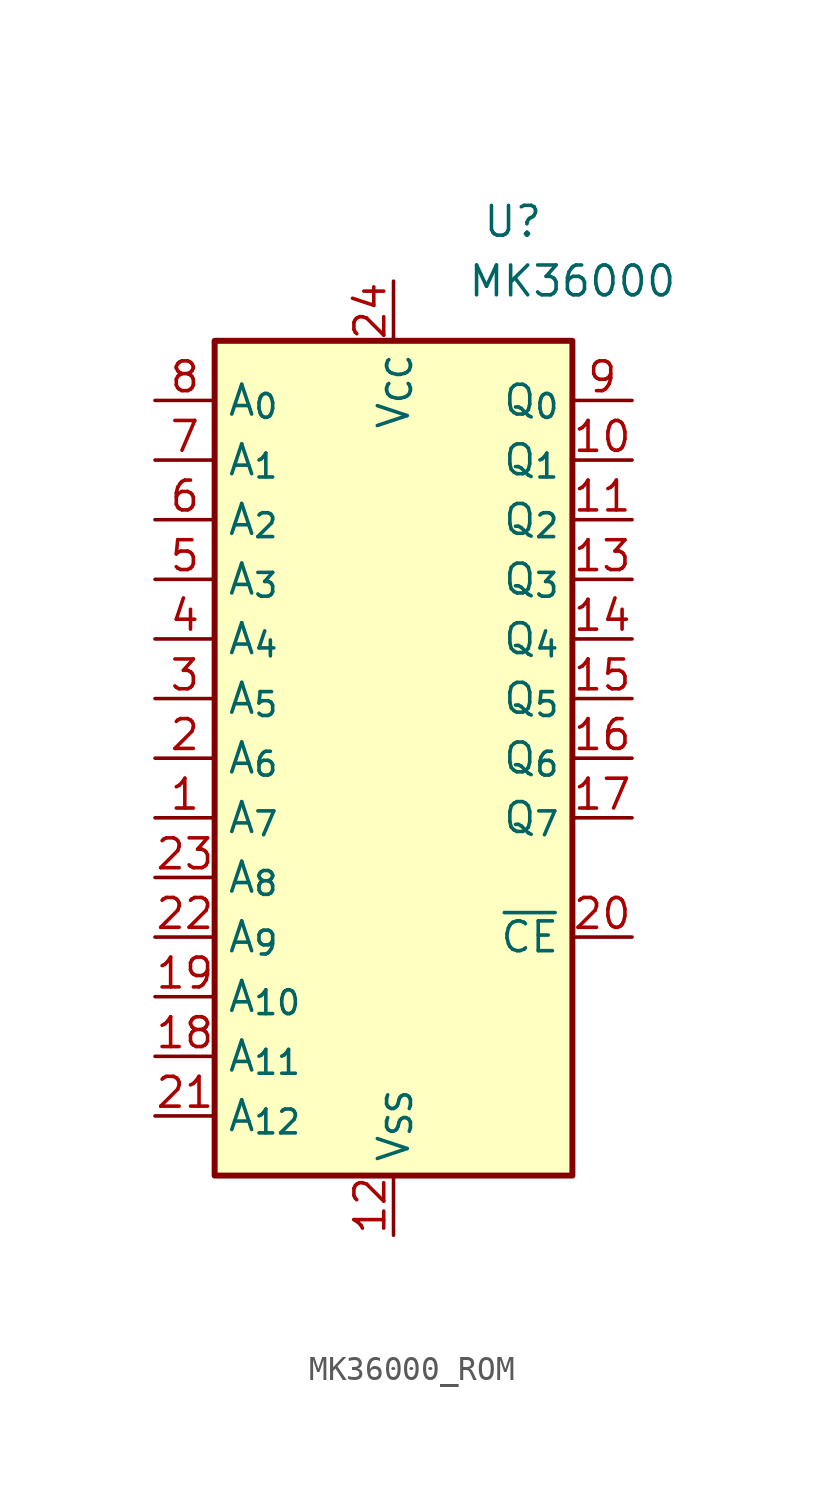
<source format=kicad_sym>
(kicad_symbol_lib
  (version 20241209)
  (generator "kicad_symbol_editor")
  (generator_version "9.0")
  (symbol "MK36000_ROM"
    (property "Reference" "U"
      (at 5.08 7.62 0)
      (effects (font (size 1.27 1.27))))
    (property "Value" "MK36000"
      (at 7.62 5.08 0)
      (effects (font (size 1.27 1.27))))
    (symbol "MK36000_ROM_1_1"
      (rectangle (start -7.62 2.54) (end 7.62 -33.02) (stroke (width 0.254) (type default)) (fill (type background)))
      (pin input line (at -10.16 0 0) (length 2.54) (name "A_{0}" (effects (font (size 1.27 1.27)))) (number "8" (effects (font (size 1.27 1.27)))))
      (pin input line (at -10.16 -2.54 0) (length 2.54) (name "A_{1}" (effects (font (size 1.27 1.27)))) (number "7" (effects (font (size 1.27 1.27)))))
      (pin input line (at -10.16 -5.08 0) (length 2.54) (name "A_{2}" (effects (font (size 1.27 1.27)))) (number "6" (effects (font (size 1.27 1.27)))))
      (pin input line (at -10.16 -7.62 0) (length 2.54) (name "A_{3}" (effects (font (size 1.27 1.27)))) (number "5" (effects (font (size 1.27 1.27)))))
      (pin input line (at -10.16 -10.16 0) (length 2.54) (name "A_{4}" (effects (font (size 1.27 1.27)))) (number "4" (effects (font (size 1.27 1.27)))))
      (pin input line (at -10.16 -12.7 0) (length 2.54) (name "A_{5}" (effects (font (size 1.27 1.27)))) (number "3" (effects (font (size 1.27 1.27)))))
      (pin input line (at -10.16 -15.24 0) (length 2.54) (name "A_{6}" (effects (font (size 1.27 1.27)))) (number "2" (effects (font (size 1.27 1.27)))))
      (pin input line (at -10.16 -17.78 0) (length 2.54) (name "A_{7}" (effects (font (size 1.27 1.27)))) (number "1" (effects (font (size 1.27 1.27)))))
      (pin input line (at -10.16 -20.32 0) (length 2.54) (name "A_{8}" (effects (font (size 1.27 1.27)))) (number "23" (effects (font (size 1.27 1.27)))))
      (pin input line (at -10.16 -22.86 0) (length 2.54) (name "A_{9}" (effects (font (size 1.27 1.27)))) (number "22" (effects (font (size 1.27 1.27)))))
      (pin input line (at -10.16 -25.4 0) (length 2.54) (name "A_{10}" (effects (font (size 1.27 1.27)))) (number "19" (effects (font (size 1.27 1.27)))))
      (pin input line (at -10.16 -27.94 0) (length 2.54) (name "A_{11}" (effects (font (size 1.27 1.27)))) (number "18" (effects (font (size 1.27 1.27)))))
      (pin input line (at -10.16 -30.48 0) (length 2.54) (name "A_{12}" (effects (font (size 1.27 1.27)))) (number "21" (effects (font (size 1.27 1.27)))))
      (pin power_in line (at 0 5.08 270) (length 2.54) (name "V_{CC}" (effects (font (size 1.27 1.27)))) (number "24" (effects (font (size 1.27 1.27)))))
      (pin power_in line (at 0 -35.56 90) (length 2.54) (name "V_{SS}" (effects (font (size 1.27 1.27)))) (number "12" (effects (font (size 1.27 1.27)))))
      (pin tri_state line (at 10.16 0 180) (length 2.54) (name "Q_{0}" (effects (font (size 1.27 1.27)))) (number "9" (effects (font (size 1.27 1.27)))))
      (pin tri_state line (at 10.16 -2.54 180) (length 2.54) (name "Q_{1}" (effects (font (size 1.27 1.27)))) (number "10" (effects (font (size 1.27 1.27)))))
      (pin tri_state line (at 10.16 -5.08 180) (length 2.54) (name "Q_{2}" (effects (font (size 1.27 1.27)))) (number "11" (effects (font (size 1.27 1.27)))))
      (pin tri_state line (at 10.16 -7.62 180) (length 2.54) (name "Q_{3}" (effects (font (size 1.27 1.27)))) (number "13" (effects (font (size 1.27 1.27)))))
      (pin tri_state line (at 10.16 -10.16 180) (length 2.54) (name "Q_{4}" (effects (font (size 1.27 1.27)))) (number "14" (effects (font (size 1.27 1.27)))))
      (pin tri_state line (at 10.16 -12.7 180) (length 2.54) (name "Q_{5}" (effects (font (size 1.27 1.27)))) (number "15" (effects (font (size 1.27 1.27)))))
      (pin tri_state line (at 10.16 -15.24 180) (length 2.54) (name "Q_{6}" (effects (font (size 1.27 1.27)))) (number "16" (effects (font (size 1.27 1.27)))))
      (pin tri_state line (at 10.16 -17.78 180) (length 2.54) (name "Q_{7}" (effects (font (size 1.27 1.27)))) (number "17" (effects (font (size 1.27 1.27)))))
      (pin input line (at 10.16 -22.86 180) (length 2.54) (name "~{CE}" (effects (font (size 1.27 1.27)))) (number "20" (effects (font (size 1.27 1.27))))))))
</source>
